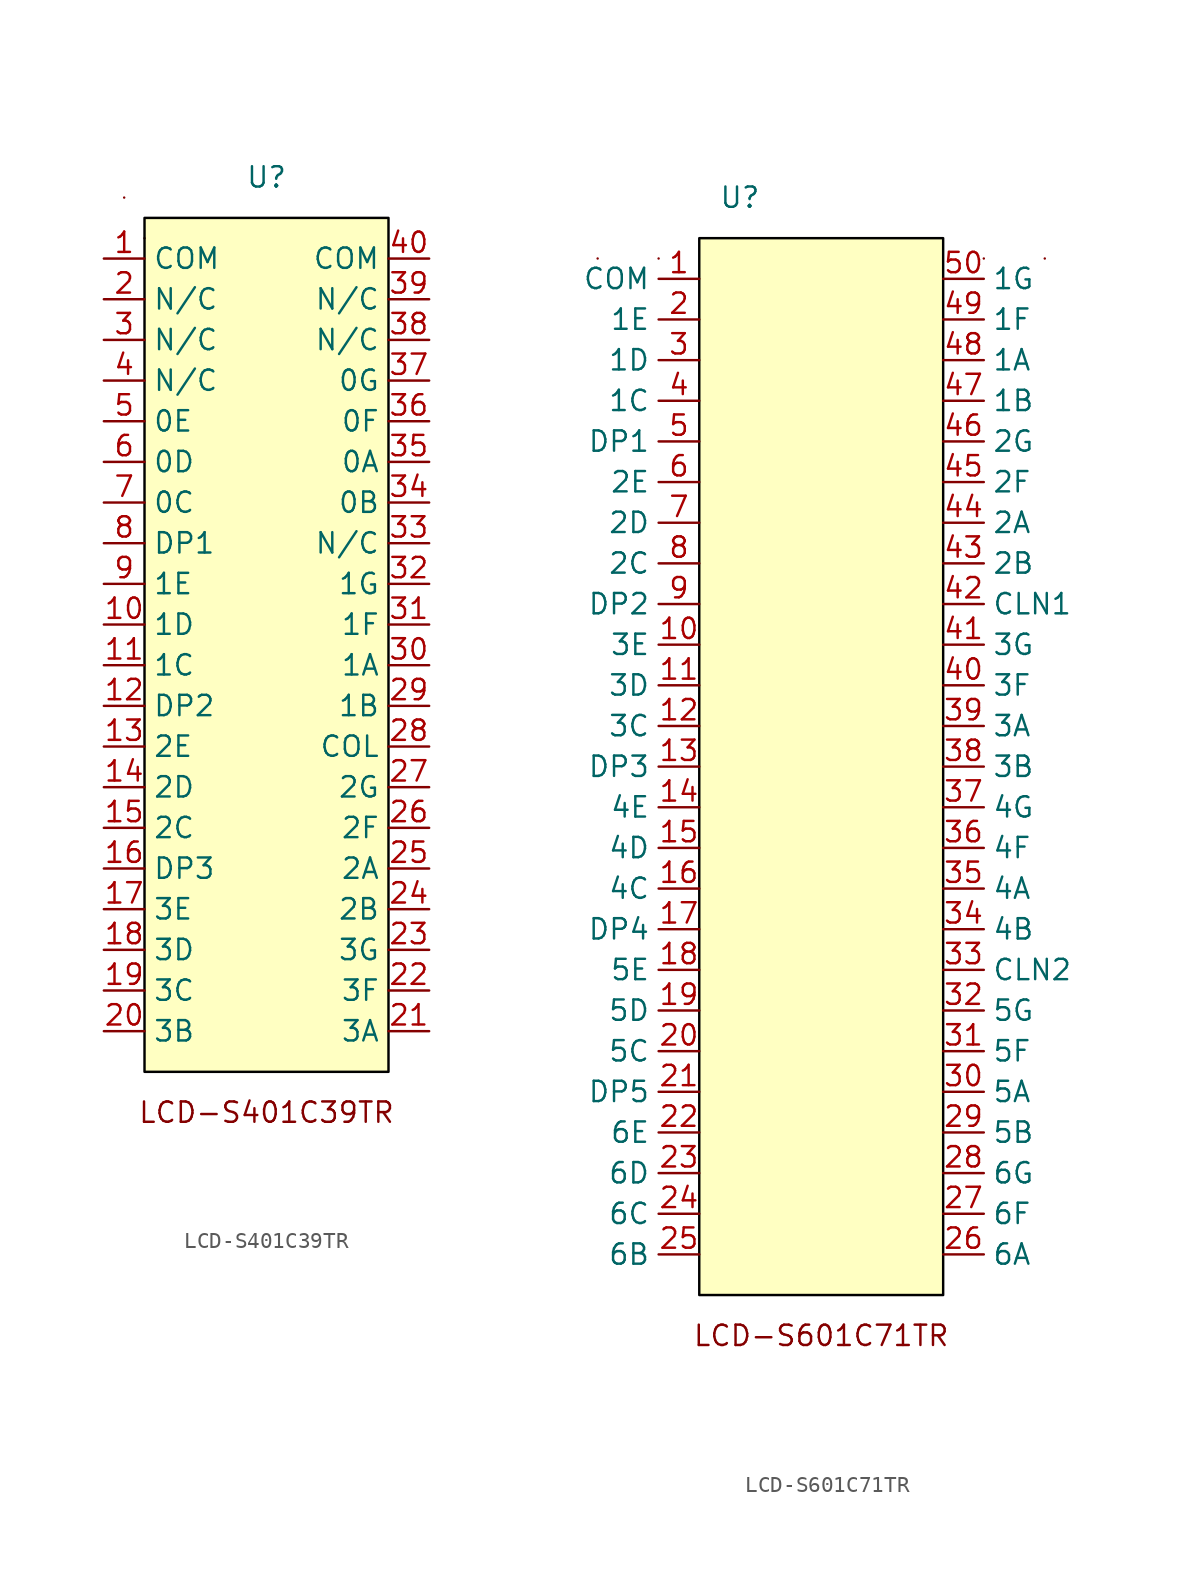
<source format=kicad_sym>
(kicad_symbol_lib
  (version 20220914)
  (generator kicad_symbol_editor)
  (symbol "LCD-S401C39TR"
    (property "Reference" "U"
      (at 0 0 0)
      (effects (font (size 1.27 1.27))))
    (property "Value" ""
      (at 0 0 0)
      (effects (font (size 1.27 1.27))))
    (symbol "LCD-S401C39TR_0_1"
      (rectangle (start -8.89 -1.27) (end -8.89 -1.27) (stroke (width 0) (type default)) (fill (type none)))
      (rectangle (start -7.62 -3.81) (end -7.62 -3.81) (stroke (width 0) (type default)) (fill (type none))))
    (symbol "LCD-S401C39TR_1_1"
      (rectangle (start -7.62 -2.54) (end 7.62 -55.88) (stroke (width 0) (type default) (color 0 0 0 1)) (fill (type background)))
      (text "LCD-S401C39TR" (at 0 -58.42 0) (effects (font (size 1.27 1.27))))
      (pin input line (at -10.16 -5.08 0) (length 2.54) (name "COM" (effects (font (size 1.27 1.27)))) (number "1" (effects (font (size 1.27 1.27)))))
      (pin input line (at -10.16 -27.94 0) (length 2.54) (name "1D" (effects (font (size 1.27 1.27)))) (number "10" (effects (font (size 1.27 1.27)))))
      (pin input line (at -10.16 -30.48 0) (length 2.54) (name "1C" (effects (font (size 1.27 1.27)))) (number "11" (effects (font (size 1.27 1.27)))))
      (pin input line (at -10.16 -33.02 0) (length 2.54) (name "DP2" (effects (font (size 1.27 1.27)))) (number "12" (effects (font (size 1.27 1.27)))))
      (pin input line (at -10.16 -35.56 0) (length 2.54) (name "2E" (effects (font (size 1.27 1.27)))) (number "13" (effects (font (size 1.27 1.27)))))
      (pin input line (at -10.16 -38.1 0) (length 2.54) (name "2D" (effects (font (size 1.27 1.27)))) (number "14" (effects (font (size 1.27 1.27)))))
      (pin input line (at -10.16 -40.64 0) (length 2.54) (name "2C" (effects (font (size 1.27 1.27)))) (number "15" (effects (font (size 1.27 1.27)))))
      (pin input line (at -10.16 -43.18 0) (length 2.54) (name "DP3" (effects (font (size 1.27 1.27)))) (number "16" (effects (font (size 1.27 1.27)))))
      (pin input line (at -10.16 -45.72 0) (length 2.54) (name "3E" (effects (font (size 1.27 1.27)))) (number "17" (effects (font (size 1.27 1.27)))))
      (pin input line (at -10.16 -48.26 0) (length 2.54) (name "3D" (effects (font (size 1.27 1.27)))) (number "18" (effects (font (size 1.27 1.27)))))
      (pin input line (at -10.16 -50.8 0) (length 2.54) (name "3C" (effects (font (size 1.27 1.27)))) (number "19" (effects (font (size 1.27 1.27)))))
      (pin input line (at -10.16 -7.62 0) (length 2.54) (name "N/C" (effects (font (size 1.27 1.27)))) (number "2" (effects (font (size 1.27 1.27)))))
      (pin input line (at -10.16 -53.34 0) (length 2.54) (name "3B" (effects (font (size 1.27 1.27)))) (number "20" (effects (font (size 1.27 1.27)))))
      (pin input line (at 10.16 -53.34 180) (length 2.54) (name "3A" (effects (font (size 1.27 1.27)))) (number "21" (effects (font (size 1.27 1.27)))))
      (pin input line (at 10.16 -50.8 180) (length 2.54) (name "3F" (effects (font (size 1.27 1.27)))) (number "22" (effects (font (size 1.27 1.27)))))
      (pin input line (at 10.16 -48.26 180) (length 2.54) (name "3G" (effects (font (size 1.27 1.27)))) (number "23" (effects (font (size 1.27 1.27)))))
      (pin input line (at 10.16 -45.72 180) (length 2.54) (name "2B" (effects (font (size 1.27 1.27)))) (number "24" (effects (font (size 1.27 1.27)))))
      (pin input line (at 10.16 -43.18 180) (length 2.54) (name "2A" (effects (font (size 1.27 1.27)))) (number "25" (effects (font (size 1.27 1.27)))))
      (pin input line (at 10.16 -40.64 180) (length 2.54) (name "2F" (effects (font (size 1.27 1.27)))) (number "26" (effects (font (size 1.27 1.27)))))
      (pin input line (at 10.16 -38.1 180) (length 2.54) (name "2G" (effects (font (size 1.27 1.27)))) (number "27" (effects (font (size 1.27 1.27)))))
      (pin input line (at 10.16 -35.56 180) (length 2.54) (name "COL" (effects (font (size 1.27 1.27)))) (number "28" (effects (font (size 1.27 1.27)))))
      (pin input line (at 10.16 -33.02 180) (length 2.54) (name "1B" (effects (font (size 1.27 1.27)))) (number "29" (effects (font (size 1.27 1.27)))))
      (pin input line (at -10.16 -10.16 0) (length 2.54) (name "N/C" (effects (font (size 1.27 1.27)))) (number "3" (effects (font (size 1.27 1.27)))))
      (pin input line (at 10.16 -30.48 180) (length 2.54) (name "1A" (effects (font (size 1.27 1.27)))) (number "30" (effects (font (size 1.27 1.27)))))
      (pin input line (at 10.16 -27.94 180) (length 2.54) (name "1F" (effects (font (size 1.27 1.27)))) (number "31" (effects (font (size 1.27 1.27)))))
      (pin input line (at 10.16 -25.4 180) (length 2.54) (name "1G" (effects (font (size 1.27 1.27)))) (number "32" (effects (font (size 1.27 1.27)))))
      (pin input line (at 10.16 -22.86 180) (length 2.54) (name "N/C" (effects (font (size 1.27 1.27)))) (number "33" (effects (font (size 1.27 1.27)))))
      (pin input line (at 10.16 -20.32 180) (length 2.54) (name "0B" (effects (font (size 1.27 1.27)))) (number "34" (effects (font (size 1.27 1.27)))))
      (pin input line (at 10.16 -17.78 180) (length 2.54) (name "0A" (effects (font (size 1.27 1.27)))) (number "35" (effects (font (size 1.27 1.27)))))
      (pin input line (at 10.16 -15.24 180) (length 2.54) (name "0F" (effects (font (size 1.27 1.27)))) (number "36" (effects (font (size 1.27 1.27)))))
      (pin input line (at 10.16 -12.7 180) (length 2.54) (name "0G" (effects (font (size 1.27 1.27)))) (number "37" (effects (font (size 1.27 1.27)))))
      (pin input line (at 10.16 -10.16 180) (length 2.54) (name "N/C" (effects (font (size 1.27 1.27)))) (number "38" (effects (font (size 1.27 1.27)))))
      (pin input line (at 10.16 -7.62 180) (length 2.54) (name "N/C" (effects (font (size 1.27 1.27)))) (number "39" (effects (font (size 1.27 1.27)))))
      (pin input line (at -10.16 -12.7 0) (length 2.54) (name "N/C" (effects (font (size 1.27 1.27)))) (number "4" (effects (font (size 1.27 1.27)))))
      (pin input line (at 10.16 -5.08 180) (length 2.54) (name "COM" (effects (font (size 1.27 1.27)))) (number "40" (effects (font (size 1.27 1.27)))))
      (pin input line (at -10.16 -15.24 0) (length 2.54) (name "0E" (effects (font (size 1.27 1.27)))) (number "5" (effects (font (size 1.27 1.27)))))
      (pin input line (at -10.16 -17.78 0) (length 2.54) (name "0D" (effects (font (size 1.27 1.27)))) (number "6" (effects (font (size 1.27 1.27)))))
      (pin input line (at -10.16 -20.32 0) (length 2.54) (name "0C" (effects (font (size 1.27 1.27)))) (number "7" (effects (font (size 1.27 1.27)))))
      (pin input line (at -10.16 -22.86 0) (length 2.54) (name "DP1" (effects (font (size 1.27 1.27)))) (number "8" (effects (font (size 1.27 1.27)))))
      (pin input line (at -10.16 -25.4 0) (length 2.54) (name "1E" (effects (font (size 1.27 1.27)))) (number "9" (effects (font (size 1.27 1.27)))))))
  (symbol "LCD-S601C71TR"
    (property "Reference" "U"
      (at -2.54 10.16 0)
      (effects (font (size 1.27 1.27))))
    (property "Value" ""
      (at 0 0 0)
      (effects (font (size 1.27 1.27))))
    (symbol "LCD-S601C71TR_0_1"
      (rectangle (start -11.43 6.35) (end -11.43 6.35) (stroke (width 0) (type default)) (fill (type none)))
      (rectangle (start -7.62 6.35) (end -7.62 6.35) (stroke (width 0) (type default)) (fill (type none)))
      (rectangle (start 12.7 6.35) (end 12.7 6.35) (stroke (width 0) (type default)) (fill (type none)))
      (rectangle (start 16.51 6.35) (end 16.51 6.35) (stroke (width 0) (type default)) (fill (type none))))
    (symbol "LCD-S601C71TR_1_1"
      (rectangle (start -5.08 7.62) (end 10.16 -58.42) (stroke (width 0) (type default) (color 0 0 0 1)) (fill (type background)))
      (text "LCD-S601C71TR" (at 2.54 -60.96 0) (effects (font (size 1.27 1.27))))
      (pin input line (at -5.08 5.08 180) (length 2.54) (name "COM" (effects (font (size 1.27 1.27)))) (number "1" (effects (font (size 1.27 1.27)))))
      (pin input line (at -5.08 -17.78 180) (length 2.54) (name "3E" (effects (font (size 1.27 1.27)))) (number "10" (effects (font (size 1.27 1.27)))))
      (pin input line (at -5.08 -20.32 180) (length 2.54) (name "3D" (effects (font (size 1.27 1.27)))) (number "11" (effects (font (size 1.27 1.27)))))
      (pin input line (at -5.08 -22.86 180) (length 2.54) (name "3C" (effects (font (size 1.27 1.27)))) (number "12" (effects (font (size 1.27 1.27)))))
      (pin input line (at -5.08 -25.4 180) (length 2.54) (name "DP3" (effects (font (size 1.27 1.27)))) (number "13" (effects (font (size 1.27 1.27)))))
      (pin input line (at -5.08 -27.94 180) (length 2.54) (name "4E" (effects (font (size 1.27 1.27)))) (number "14" (effects (font (size 1.27 1.27)))))
      (pin input line (at -5.08 -30.48 180) (length 2.54) (name "4D" (effects (font (size 1.27 1.27)))) (number "15" (effects (font (size 1.27 1.27)))))
      (pin input line (at -5.08 -33.02 180) (length 2.54) (name "4C" (effects (font (size 1.27 1.27)))) (number "16" (effects (font (size 1.27 1.27)))))
      (pin input line (at -5.08 -35.56 180) (length 2.54) (name "DP4" (effects (font (size 1.27 1.27)))) (number "17" (effects (font (size 1.27 1.27)))))
      (pin input line (at -5.08 -38.1 180) (length 2.54) (name "5E" (effects (font (size 1.27 1.27)))) (number "18" (effects (font (size 1.27 1.27)))))
      (pin input line (at -5.08 -40.64 180) (length 2.54) (name "5D" (effects (font (size 1.27 1.27)))) (number "19" (effects (font (size 1.27 1.27)))))
      (pin input line (at -5.08 2.54 180) (length 2.54) (name "1E" (effects (font (size 1.27 1.27)))) (number "2" (effects (font (size 1.27 1.27)))))
      (pin input line (at -5.08 -43.18 180) (length 2.54) (name "5C" (effects (font (size 1.27 1.27)))) (number "20" (effects (font (size 1.27 1.27)))))
      (pin input line (at -5.08 -45.72 180) (length 2.54) (name "DP5" (effects (font (size 1.27 1.27)))) (number "21" (effects (font (size 1.27 1.27)))))
      (pin input line (at -5.08 -48.26 180) (length 2.54) (name "6E" (effects (font (size 1.27 1.27)))) (number "22" (effects (font (size 1.27 1.27)))))
      (pin input line (at -5.08 -50.8 180) (length 2.54) (name "6D" (effects (font (size 1.27 1.27)))) (number "23" (effects (font (size 1.27 1.27)))))
      (pin input line (at -5.08 -53.34 180) (length 2.54) (name "6C" (effects (font (size 1.27 1.27)))) (number "24" (effects (font (size 1.27 1.27)))))
      (pin input line (at -5.08 -55.88 180) (length 2.54) (name "6B" (effects (font (size 1.27 1.27)))) (number "25" (effects (font (size 1.27 1.27)))))
      (pin input line (at 10.16 -55.88 0) (length 2.54) (name "6A" (effects (font (size 1.27 1.27)))) (number "26" (effects (font (size 1.27 1.27)))))
      (pin input line (at 10.16 -53.34 0) (length 2.54) (name "6F" (effects (font (size 1.27 1.27)))) (number "27" (effects (font (size 1.27 1.27)))))
      (pin input line (at 10.16 -50.8 0) (length 2.54) (name "6G" (effects (font (size 1.27 1.27)))) (number "28" (effects (font (size 1.27 1.27)))))
      (pin input line (at 10.16 -48.26 0) (length 2.54) (name "5B" (effects (font (size 1.27 1.27)))) (number "29" (effects (font (size 1.27 1.27)))))
      (pin input line (at -5.08 0 180) (length 2.54) (name "1D" (effects (font (size 1.27 1.27)))) (number "3" (effects (font (size 1.27 1.27)))))
      (pin input line (at 10.16 -45.72 0) (length 2.54) (name "5A" (effects (font (size 1.27 1.27)))) (number "30" (effects (font (size 1.27 1.27)))))
      (pin input line (at 10.16 -43.18 0) (length 2.54) (name "5F" (effects (font (size 1.27 1.27)))) (number "31" (effects (font (size 1.27 1.27)))))
      (pin input line (at 10.16 -40.64 0) (length 2.54) (name "5G" (effects (font (size 1.27 1.27)))) (number "32" (effects (font (size 1.27 1.27)))))
      (pin input line (at 10.16 -38.1 0) (length 2.54) (name "CLN2" (effects (font (size 1.27 1.27)))) (number "33" (effects (font (size 1.27 1.27)))))
      (pin input line (at 10.16 -35.56 0) (length 2.54) (name "4B" (effects (font (size 1.27 1.27)))) (number "34" (effects (font (size 1.27 1.27)))))
      (pin input line (at 10.16 -33.02 0) (length 2.54) (name "4A" (effects (font (size 1.27 1.27)))) (number "35" (effects (font (size 1.27 1.27)))))
      (pin input line (at 10.16 -30.48 0) (length 2.54) (name "4F" (effects (font (size 1.27 1.27)))) (number "36" (effects (font (size 1.27 1.27)))))
      (pin input line (at 10.16 -27.94 0) (length 2.54) (name "4G" (effects (font (size 1.27 1.27)))) (number "37" (effects (font (size 1.27 1.27)))))
      (pin input line (at 10.16 -25.4 0) (length 2.54) (name "3B" (effects (font (size 1.27 1.27)))) (number "38" (effects (font (size 1.27 1.27)))))
      (pin input line (at 10.16 -22.86 0) (length 2.54) (name "3A" (effects (font (size 1.27 1.27)))) (number "39" (effects (font (size 1.27 1.27)))))
      (pin input line (at -5.08 -2.54 180) (length 2.54) (name "1C" (effects (font (size 1.27 1.27)))) (number "4" (effects (font (size 1.27 1.27)))))
      (pin input line (at 10.16 -20.32 0) (length 2.54) (name "3F" (effects (font (size 1.27 1.27)))) (number "40" (effects (font (size 1.27 1.27)))))
      (pin input line (at 10.16 -17.78 0) (length 2.54) (name "3G" (effects (font (size 1.27 1.27)))) (number "41" (effects (font (size 1.27 1.27)))))
      (pin input line (at 10.16 -15.24 0) (length 2.54) (name "CLN1" (effects (font (size 1.27 1.27)))) (number "42" (effects (font (size 1.27 1.27)))))
      (pin input line (at 10.16 -12.7 0) (length 2.54) (name "2B" (effects (font (size 1.27 1.27)))) (number "43" (effects (font (size 1.27 1.27)))))
      (pin input line (at 10.16 -10.16 0) (length 2.54) (name "2A" (effects (font (size 1.27 1.27)))) (number "44" (effects (font (size 1.27 1.27)))))
      (pin input line (at 10.16 -7.62 0) (length 2.54) (name "2F" (effects (font (size 1.27 1.27)))) (number "45" (effects (font (size 1.27 1.27)))))
      (pin input line (at 10.16 -5.08 0) (length 2.54) (name "2G" (effects (font (size 1.27 1.27)))) (number "46" (effects (font (size 1.27 1.27)))))
      (pin input line (at 10.16 -2.54 0) (length 2.54) (name "1B" (effects (font (size 1.27 1.27)))) (number "47" (effects (font (size 1.27 1.27)))))
      (pin input line (at 10.16 0 0) (length 2.54) (name "1A" (effects (font (size 1.27 1.27)))) (number "48" (effects (font (size 1.27 1.27)))))
      (pin input line (at 10.16 2.54 0) (length 2.54) (name "1F" (effects (font (size 1.27 1.27)))) (number "49" (effects (font (size 1.27 1.27)))))
      (pin input line (at -5.08 -5.08 180) (length 2.54) (name "DP1" (effects (font (size 1.27 1.27)))) (number "5" (effects (font (size 1.27 1.27)))))
      (pin input line (at 10.16 5.08 0) (length 2.54) (name "1G" (effects (font (size 1.27 1.27)))) (number "50" (effects (font (size 1.27 1.27)))))
      (pin input line (at -5.08 -7.62 180) (length 2.54) (name "2E" (effects (font (size 1.27 1.27)))) (number "6" (effects (font (size 1.27 1.27)))))
      (pin input line (at -5.08 -10.16 180) (length 2.54) (name "2D" (effects (font (size 1.27 1.27)))) (number "7" (effects (font (size 1.27 1.27)))))
      (pin input line (at -5.08 -12.7 180) (length 2.54) (name "2C" (effects (font (size 1.27 1.27)))) (number "8" (effects (font (size 1.27 1.27)))))
      (pin input line (at -5.08 -15.24 180) (length 2.54) (name "DP2" (effects (font (size 1.27 1.27)))) (number "9" (effects (font (size 1.27 1.27))))))))
</source>
